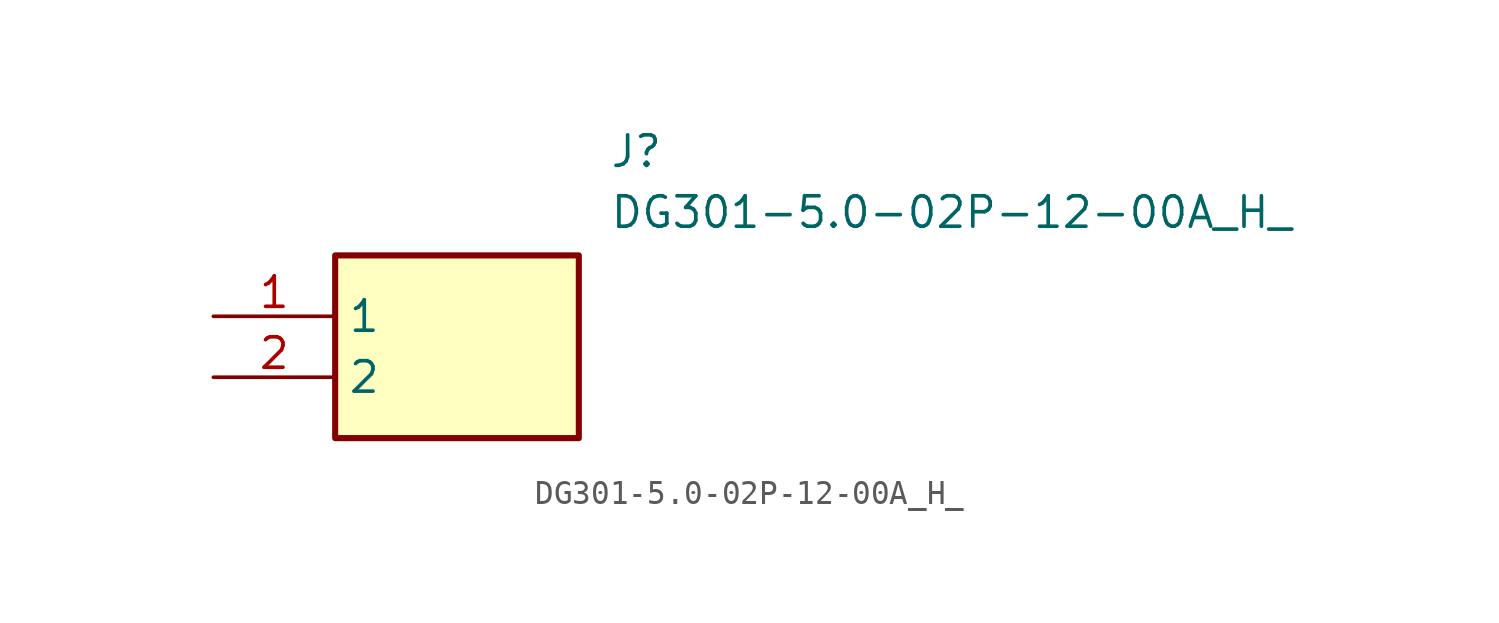
<source format=kicad_sym>
(kicad_symbol_lib
  (version 20211014)
  (generator SamacSys_ECAD_Model)
  (symbol "DG301-5.0-02P-12-00A_H_"
    (property "Reference" "J"
      (at 16.51 7.62 0)
      (effects (font (size 1.27 1.27)) (justify left top)))
    (property "Value" "DG301-5.0-02P-12-00A_H_"
      (at 16.51 5.08 0)
      (effects (font (size 1.27 1.27)) (justify left top)))
    (rectangle
      (start 5.08 2.54)
      (end 15.24 -5.08)
      (stroke (width 0.254) (type default))
      (fill (type background)))
    (pin passive line
      (at 0 0 0)
      (length 5.08)
      (name "1" (effects (font (size 1.27 1.27))))
      (number "1" (effects (font (size 1.27 1.27)))))
    (pin passive line
      (at 0 -2.54 0)
      (length 5.08)
      (name "2" (effects (font (size 1.27 1.27))))
      (number "2" (effects (font (size 1.27 1.27)))))))
</source>
